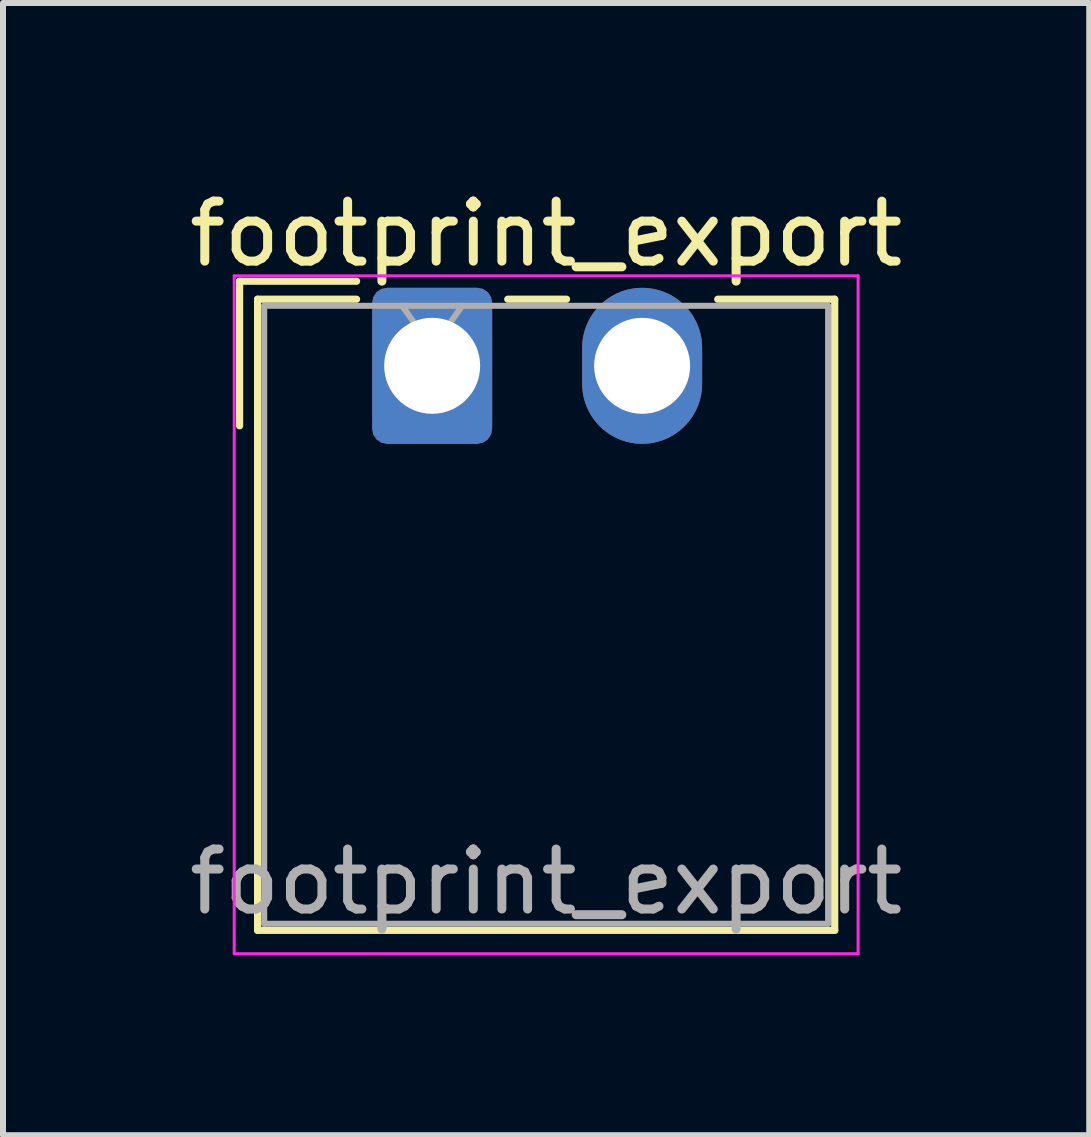
<source format=kicad_pcb>
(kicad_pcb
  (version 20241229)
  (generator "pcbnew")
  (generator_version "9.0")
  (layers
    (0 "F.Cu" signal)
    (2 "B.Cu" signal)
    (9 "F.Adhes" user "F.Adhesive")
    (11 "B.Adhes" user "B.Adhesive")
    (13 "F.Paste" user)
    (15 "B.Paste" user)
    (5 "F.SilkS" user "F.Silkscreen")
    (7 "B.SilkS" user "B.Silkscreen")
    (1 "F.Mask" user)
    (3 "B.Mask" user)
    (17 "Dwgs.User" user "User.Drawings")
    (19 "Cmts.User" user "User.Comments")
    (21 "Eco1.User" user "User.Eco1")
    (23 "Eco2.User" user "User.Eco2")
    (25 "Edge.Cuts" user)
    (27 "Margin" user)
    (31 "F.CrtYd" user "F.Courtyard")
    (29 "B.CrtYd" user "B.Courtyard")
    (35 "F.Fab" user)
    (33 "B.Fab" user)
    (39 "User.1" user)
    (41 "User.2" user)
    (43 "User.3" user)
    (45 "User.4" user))
  (footprint "footprint_export"
    (layer "F.Cu")
    (at 4.154 3.048)
    (property "Reference" "footprint_export" (at 1.9 -2.2 0) (layer "F.SilkS") (effects (font (size 1 1) (thickness 0.15))))
    (attr through_hole)
    (fp_line (start -3.21 -1.41) (end -1.26 -1.41) (stroke (width 0.12) (type solid)) (layer "F.SilkS"))
    (fp_line (start -3.21 1) (end -3.21 -1.41) (stroke (width 0.12) (type solid)) (layer "F.SilkS"))
    (fp_line (start -2.91 -1.11) (end -2.91 9.41) (stroke (width 0.12) (type solid)) (layer "F.SilkS"))
    (fp_line (start -2.91 9.41) (end 6.71 9.41) (stroke (width 0.12) (type solid)) (layer "F.SilkS"))
    (fp_line (start -1.26 -1.11) (end -2.91 -1.11) (stroke (width 0.12) (type solid)) (layer "F.SilkS"))
    (fp_line (start 1.26 -1.11) (end 2.24 -1.11) (stroke (width 0.12) (type solid)) (layer "F.SilkS"))
    (fp_line (start 6.71 -1.11) (end 4.76 -1.11) (stroke (width 0.12) (type solid)) (layer "F.SilkS"))
    (fp_line (start 6.71 9.41) (end 6.71 -1.11) (stroke (width 0.12) (type solid)) (layer "F.SilkS"))
    (fp_line (start -3.3 -1.5) (end -3.3 9.8) (stroke (width 0.05) (type solid)) (layer "F.CrtYd"))
    (fp_line (start -3.3 9.8) (end 7.1 9.8) (stroke (width 0.05) (type solid)) (layer "F.CrtYd"))
    (fp_line (start 7.1 -1.5) (end -3.3 -1.5) (stroke (width 0.05) (type solid)) (layer "F.CrtYd"))
    (fp_line (start 7.1 9.8) (end 7.1 -1.5) (stroke (width 0.05) (type solid)) (layer "F.CrtYd"))
    (fp_line (start -2.8 -1) (end -2.8 9.3) (stroke (width 0.1) (type solid)) (layer "F.Fab"))
    (fp_line (start -2.8 9.3) (end 6.6 9.3) (stroke (width 0.1) (type solid)) (layer "F.Fab"))
    (fp_line (start -0.5 -1) (end 0 -0.293) (stroke (width 0.1) (type solid)) (layer "F.Fab"))
    (fp_line (start 0 -0.293) (end 0.5 -1) (stroke (width 0.1) (type solid)) (layer "F.Fab"))
    (fp_line (start 6.6 -1) (end -2.8 -1) (stroke (width 0.1) (type solid)) (layer "F.Fab"))
    (fp_line (start 6.6 9.3) (end 6.6 -1) (stroke (width 0.1) (type solid)) (layer "F.Fab"))
    (fp_text user "${REFERENCE}" (at 1.9 8.6 0) (layer "F.Fab") (effects (font (size 1 1) (thickness 0.15))))
    (pad "1" thru_hole roundrect (at 0 0) (size 2 2.6) (drill 1.6) (layers "*.Cu" "*.Mask") (roundrect_rratio 0.125))
    (pad "2" thru_hole oval (at 3.5 0) (size 2 2.6) (drill 1.6) (layers "*.Cu" "*.Mask")))
  (gr_rect
    (start -3 -3)
    (end 15.107 15.873)
    (stroke (width 0.1) (type default))
    (fill no)
    (layer "Edge.Cuts")))
</source>
